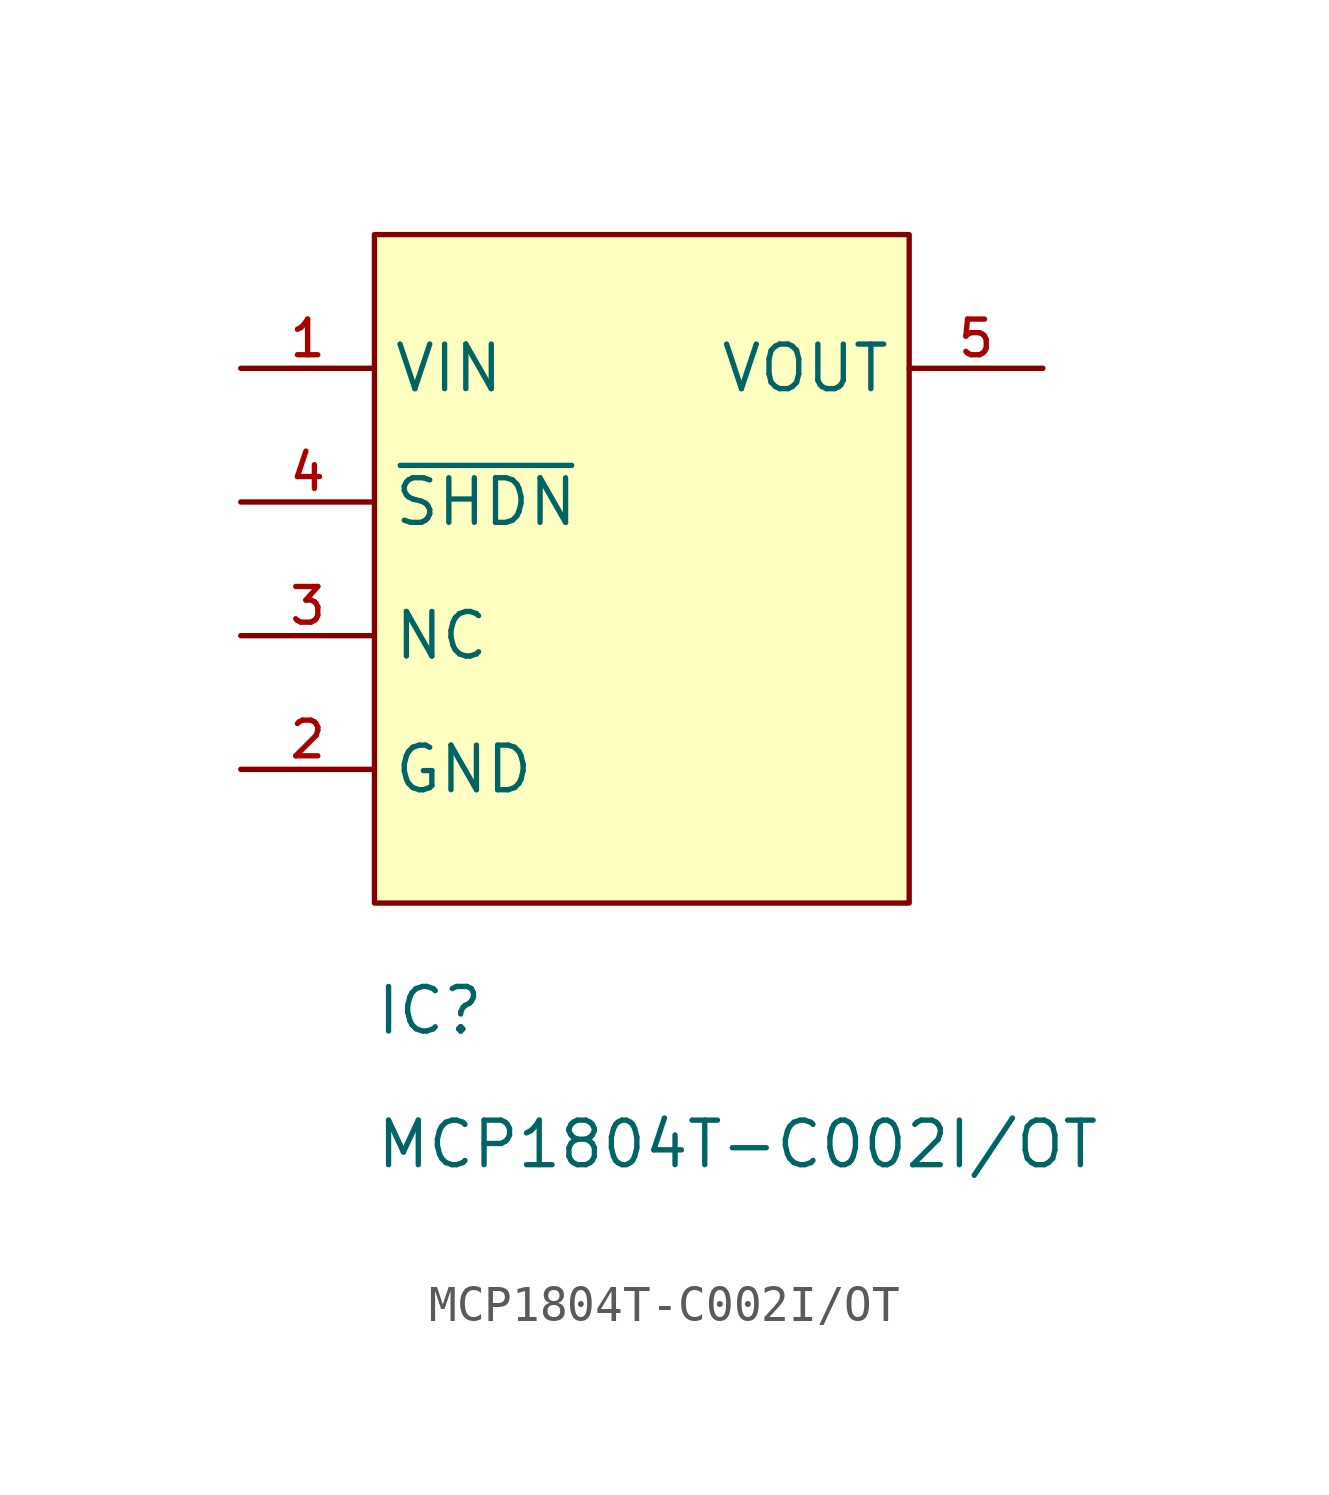
<source format=kicad_sym>
(kicad_symbol_lib
  (version 20241209)
  (generator "kicad_symbol_editor")
  (generator_version "9.0")
  (symbol "MCP1804T-C002I/OT"
    (property "Reference" "IC"
      (at 0 -3.81 0)
      (effects (font (size 1.27 1.27)) (justify left bottom)))
    (property "Value" "MCP1804T-C002I/OT"
      (at 0 -7.62 0)
      (effects (font (size 1.27 1.27)) (justify left bottom)))
    (symbol "MCP1804T-C002I/OT_1_1"
      (rectangle (start 0 19.05) (end 15.24 0) (stroke (width 0) (type solid)) (fill (type background)))
      (pin passive line (at -3.81 15.24 0) (length 3.81) (name "VIN" (effects (font (size 1.27 1.27)))) (number "1" (effects (font (size 1.016 1.016)))))
      (pin passive line (at -3.81 11.43 0) (length 3.81) (name "~{SHDN}" (effects (font (size 1.27 1.27)))) (number "4" (effects (font (size 1.016 1.016)))))
      (pin passive line (at -3.81 7.62 0) (length 3.81) (name "NC" (effects (font (size 1.27 1.27)))) (number "3" (effects (font (size 1.016 1.016)))))
      (pin passive line (at -3.81 3.81 0) (length 3.81) (name "GND" (effects (font (size 1.27 1.27)))) (number "2" (effects (font (size 1.016 1.016)))))
      (pin passive line (at 19.05 15.24 180) (length 3.81) (name "VOUT" (effects (font (size 1.27 1.27)))) (number "5" (effects (font (size 1.016 1.016))))))))
</source>
